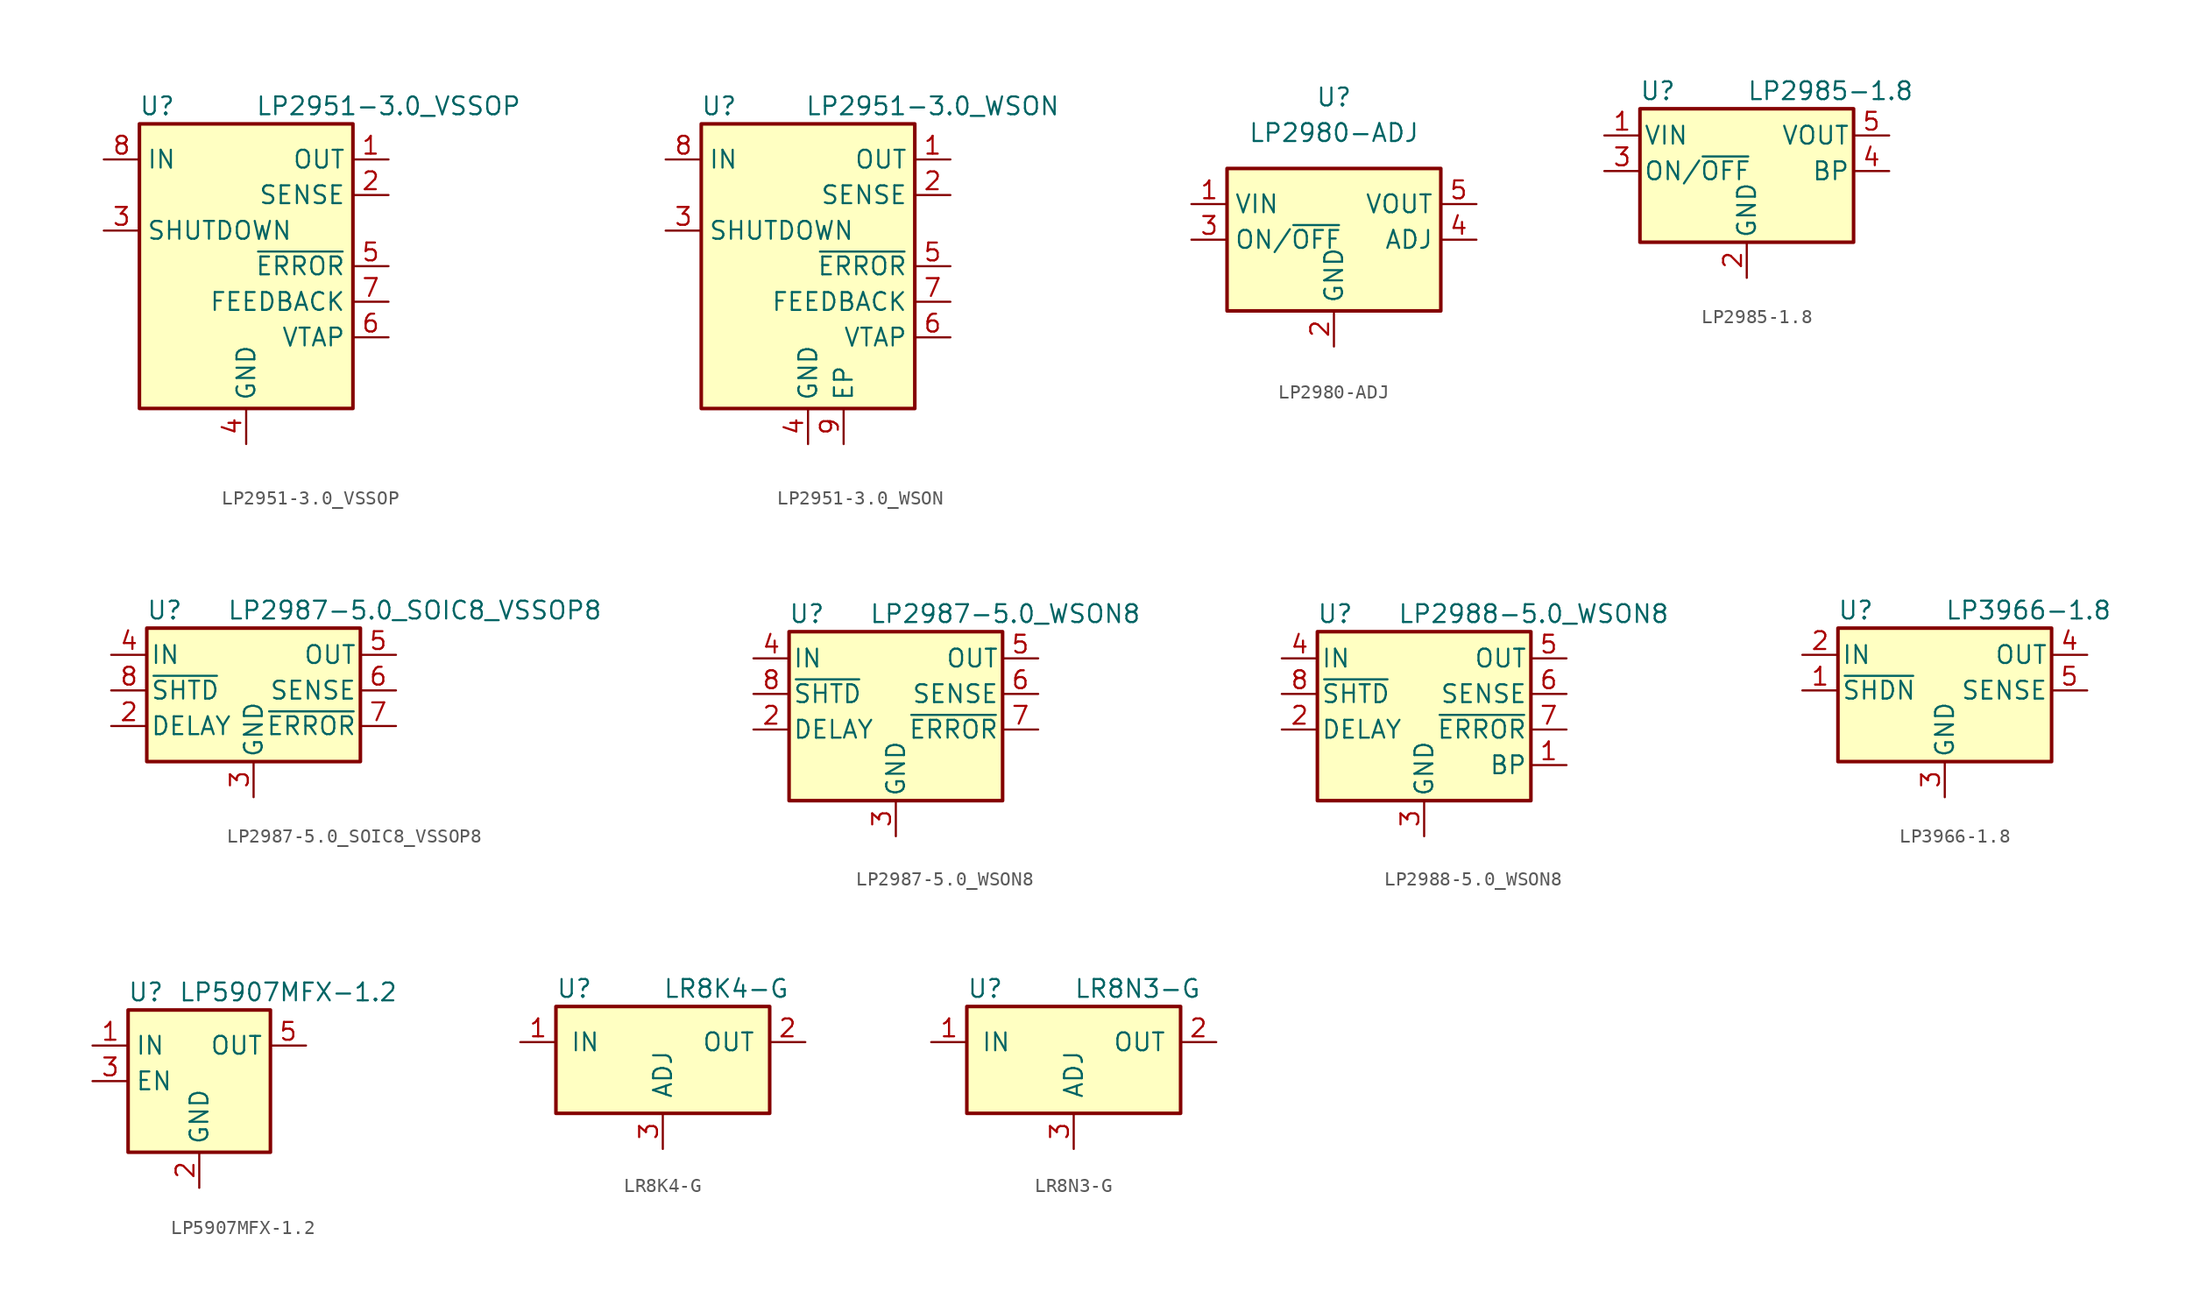
<source format=kicad_sym>
(kicad_symbol_lib
  (version 20201005)
  (generator kicad_symbol_editor)
  (symbol "LP2951-3.0_VSSOP"
    (property "Reference" "U"
      (at -6.35 11.43 0)
      (effects (font (size 1.27 1.27))))
    (property "Value" "LP2951-3.0_VSSOP"
      (at 10.16 11.43 0)
      (effects (font (size 1.27 1.27))))
    (symbol "LP2951-3.0_VSSOP_0_1"
      (rectangle (start -7.62 10.16) (end 7.62 -10.16) (stroke (width 0.254)) (fill (type background))))
    (symbol "LP2951-3.0_VSSOP_1_1"
      (pin power_out line (at 10.16 7.62 180) (length 2.54) (name "OUT" (effects (font (size 1.27 1.27)))) (number "1" (effects (font (size 1.27 1.27)))))
      (pin passive line (at 10.16 5.08 180) (length 2.54) (name "SENSE" (effects (font (size 1.27 1.27)))) (number "2" (effects (font (size 1.27 1.27)))))
      (pin input line (at -10.16 2.54 0) (length 2.54) (name "SHUTDOWN" (effects (font (size 1.27 1.27)))) (number "3" (effects (font (size 1.27 1.27)))))
      (pin power_in line (at 0 -12.7 90) (length 2.54) (name "GND" (effects (font (size 1.27 1.27)))) (number "4" (effects (font (size 1.27 1.27)))))
      (pin open_collector line (at 10.16 0 180) (length 2.54) (name "~ERROR" (effects (font (size 1.27 1.27)))) (number "5" (effects (font (size 1.27 1.27)))))
      (pin input line (at 10.16 -5.08 180) (length 2.54) (name "VTAP" (effects (font (size 1.27 1.27)))) (number "6" (effects (font (size 1.27 1.27)))))
      (pin input line (at 10.16 -2.54 180) (length 2.54) (name "FEEDBACK" (effects (font (size 1.27 1.27)))) (number "7" (effects (font (size 1.27 1.27)))))
      (pin power_in line (at -10.16 7.62 0) (length 2.54) (name "IN" (effects (font (size 1.27 1.27)))) (number "8" (effects (font (size 1.27 1.27)))))))
  (symbol "LP2951-3.0_WSON"
    (property "Reference" "U"
      (at -6.35 11.43 0)
      (effects (font (size 1.27 1.27))))
    (property "Value" "LP2951-3.0_WSON"
      (at 8.89 11.43 0)
      (effects (font (size 1.27 1.27))))
    (symbol "LP2951-3.0_WSON_0_1"
      (rectangle (start -7.62 10.16) (end 7.62 -10.16) (stroke (width 0.254)) (fill (type background))))
    (symbol "LP2951-3.0_WSON_1_1"
      (pin power_out line (at 10.16 7.62 180) (length 2.54) (name "OUT" (effects (font (size 1.27 1.27)))) (number "1" (effects (font (size 1.27 1.27)))))
      (pin passive line (at 10.16 5.08 180) (length 2.54) (name "SENSE" (effects (font (size 1.27 1.27)))) (number "2" (effects (font (size 1.27 1.27)))))
      (pin input line (at -10.16 2.54 0) (length 2.54) (name "SHUTDOWN" (effects (font (size 1.27 1.27)))) (number "3" (effects (font (size 1.27 1.27)))))
      (pin power_in line (at 0 -12.7 90) (length 2.54) (name "GND" (effects (font (size 1.27 1.27)))) (number "4" (effects (font (size 1.27 1.27)))))
      (pin open_collector line (at 10.16 0 180) (length 2.54) (name "~ERROR" (effects (font (size 1.27 1.27)))) (number "5" (effects (font (size 1.27 1.27)))))
      (pin input line (at 10.16 -5.08 180) (length 2.54) (name "VTAP" (effects (font (size 1.27 1.27)))) (number "6" (effects (font (size 1.27 1.27)))))
      (pin input line (at 10.16 -2.54 180) (length 2.54) (name "FEEDBACK" (effects (font (size 1.27 1.27)))) (number "7" (effects (font (size 1.27 1.27)))))
      (pin power_in line (at -10.16 7.62 0) (length 2.54) (name "IN" (effects (font (size 1.27 1.27)))) (number "8" (effects (font (size 1.27 1.27)))))
      (pin passive line (at 2.54 -12.7 90) (length 2.54) (name "EP" (effects (font (size 1.27 1.27)))) (number "9" (effects (font (size 1.27 1.27)))))))
  (symbol "LP2980-ADJ"
    (property "Reference" "U"
      (at 0 10.16 0)
      (effects (font (size 1.27 1.27))))
    (property "Value" "LP2980-ADJ"
      (at 0 7.62 0)
      (effects (font (size 1.27 1.27))))
    (symbol "LP2980-ADJ_0_1"
      (rectangle (start -7.62 5.08) (end 7.62 -5.08) (stroke (width 0.254)) (fill (type background))))
    (symbol "LP2980-ADJ_1_1"
      (pin power_in line (at -10.16 2.54 0) (length 2.54) (name "VIN" (effects (font (size 1.27 1.27)))) (number "1" (effects (font (size 1.27 1.27)))))
      (pin power_in line (at 0 -7.62 90) (length 2.54) (name "GND" (effects (font (size 1.27 1.27)))) (number "2" (effects (font (size 1.27 1.27)))))
      (pin input line (at -10.16 0 0) (length 2.54) (name "ON/~OFF" (effects (font (size 1.27 1.27)))) (number "3" (effects (font (size 1.27 1.27)))))
      (pin input line (at 10.16 0 180) (length 2.54) (name "ADJ" (effects (font (size 1.27 1.27)))) (number "4" (effects (font (size 1.27 1.27)))))
      (pin power_out line (at 10.16 2.54 180) (length 2.54) (name "VOUT" (effects (font (size 1.27 1.27)))) (number "5" (effects (font (size 1.27 1.27)))))))
  (symbol "LP2985-1.8"
    (pin_names
      (offset 0.254))
    (property "Reference" "U"
      (at -6.35 5.715 0)
      (effects (font (size 1.27 1.27))))
    (property "Value" "LP2985-1.8"
      (at 0 5.715 0)
      (effects (font (size 1.27 1.27)) (justify left)))
    (symbol "LP2985-1.8_0_1"
      (rectangle (start -7.62 -5.08) (end 7.62 4.445) (stroke (width 0.254)) (fill (type background))))
    (symbol "LP2985-1.8_1_1"
      (pin power_in line (at -10.16 2.54 0) (length 2.54) (name "VIN" (effects (font (size 1.27 1.27)))) (number "1" (effects (font (size 1.27 1.27)))))
      (pin power_in line (at 0 -7.62 90) (length 2.54) (name "GND" (effects (font (size 1.27 1.27)))) (number "2" (effects (font (size 1.27 1.27)))))
      (pin input line (at -10.16 0 0) (length 2.54) (name "ON/~OFF~" (effects (font (size 1.27 1.27)))) (number "3" (effects (font (size 1.27 1.27)))))
      (pin input line (at 10.16 0 180) (length 2.54) (name "BP" (effects (font (size 1.27 1.27)))) (number "4" (effects (font (size 1.27 1.27)))))
      (pin power_out line (at 10.16 2.54 180) (length 2.54) (name "VOUT" (effects (font (size 1.27 1.27)))) (number "5" (effects (font (size 1.27 1.27)))))))
  (symbol "LP2987-5.0_SOIC8_VSSOP8"
    (pin_names
      (offset 0.254))
    (property "Reference" "U"
      (at -6.35 5.715 0)
      (effects (font (size 1.27 1.27))))
    (property "Value" "LP2987-5.0_SOIC8_VSSOP8"
      (at -1.905 5.715 0)
      (effects (font (size 1.27 1.27)) (justify left)))
    (symbol "LP2987-5.0_SOIC8_VSSOP8_0_1"
      (rectangle (start -7.62 4.445) (end 7.62 -5.08) (stroke (width 0.254)) (fill (type background))))
    (symbol "LP2987-5.0_SOIC8_VSSOP8_1_1"
      (pin no_connect line (at -2.54 -7.62 90) (length 2.54) hide (name "NC" (effects (font (size 1.27 1.27)))) (number "1" (effects (font (size 1.27 1.27)))))
      (pin passive line (at -10.16 -2.54 0) (length 2.54) (name "DELAY" (effects (font (size 1.27 1.27)))) (number "2" (effects (font (size 1.27 1.27)))))
      (pin power_in line (at 0 -7.62 90) (length 2.54) (name "GND" (effects (font (size 1.27 1.27)))) (number "3" (effects (font (size 1.27 1.27)))))
      (pin power_in line (at -10.16 2.54 0) (length 2.54) (name "IN" (effects (font (size 1.27 1.27)))) (number "4" (effects (font (size 1.27 1.27)))))
      (pin power_out line (at 10.16 2.54 180) (length 2.54) (name "OUT" (effects (font (size 1.27 1.27)))) (number "5" (effects (font (size 1.27 1.27)))))
      (pin input line (at 10.16 0 180) (length 2.54) (name "SENSE" (effects (font (size 1.27 1.27)))) (number "6" (effects (font (size 1.27 1.27)))))
      (pin output line (at 10.16 -2.54 180) (length 2.54) (name "~ERROR" (effects (font (size 1.27 1.27)))) (number "7" (effects (font (size 1.27 1.27)))))
      (pin input line (at -10.16 0 0) (length 2.54) (name "~SHTD" (effects (font (size 1.27 1.27)))) (number "8" (effects (font (size 1.27 1.27)))))))
  (symbol "LP2987-5.0_WSON8"
    (pin_names
      (offset 0.254))
    (property "Reference" "U"
      (at -6.35 5.715 0)
      (effects (font (size 1.27 1.27))))
    (property "Value" "LP2987-5.0_WSON8"
      (at -1.905 5.715 0)
      (effects (font (size 1.27 1.27)) (justify left)))
    (symbol "LP2987-5.0_WSON8_0_1"
      (rectangle (start -7.62 4.445) (end 7.62 -7.62) (stroke (width 0.254)) (fill (type background))))
    (symbol "LP2987-5.0_WSON8_1_1"
      (pin no_connect line (at 2.54 -10.16 90) (length 2.54) hide (name "NC" (effects (font (size 1.27 1.27)))) (number "1" (effects (font (size 1.27 1.27)))))
      (pin passive line (at -10.16 -2.54 0) (length 2.54) (name "DELAY" (effects (font (size 1.27 1.27)))) (number "2" (effects (font (size 1.27 1.27)))))
      (pin power_in line (at 0 -10.16 90) (length 2.54) (name "GND" (effects (font (size 1.27 1.27)))) (number "3" (effects (font (size 1.27 1.27)))))
      (pin power_in line (at -10.16 2.54 0) (length 2.54) (name "IN" (effects (font (size 1.27 1.27)))) (number "4" (effects (font (size 1.27 1.27)))))
      (pin power_out line (at 10.16 2.54 180) (length 2.54) (name "OUT" (effects (font (size 1.27 1.27)))) (number "5" (effects (font (size 1.27 1.27)))))
      (pin input line (at 10.16 0 180) (length 2.54) (name "SENSE" (effects (font (size 1.27 1.27)))) (number "6" (effects (font (size 1.27 1.27)))))
      (pin output line (at 10.16 -2.54 180) (length 2.54) (name "~ERROR" (effects (font (size 1.27 1.27)))) (number "7" (effects (font (size 1.27 1.27)))))
      (pin input line (at -10.16 0 0) (length 2.54) (name "~SHTD" (effects (font (size 1.27 1.27)))) (number "8" (effects (font (size 1.27 1.27)))))
      (pin passive line (at 0 -10.16 90) (length 2.54) hide (name "GND" (effects (font (size 1.27 1.27)))) (number "9" (effects (font (size 1.27 1.27)))))))
  (symbol "LP2988-5.0_WSON8"
    (pin_names
      (offset 0.254))
    (property "Reference" "U"
      (at -6.35 5.715 0)
      (effects (font (size 1.27 1.27))))
    (property "Value" "LP2988-5.0_WSON8"
      (at -1.905 5.715 0)
      (effects (font (size 1.27 1.27)) (justify left)))
    (symbol "LP2988-5.0_WSON8_0_1"
      (rectangle (start -7.62 4.445) (end 7.62 -7.62) (stroke (width 0.254)) (fill (type background))))
    (symbol "LP2988-5.0_WSON8_1_1"
      (pin passive line (at 10.16 -5.08 180) (length 2.54) (name "BP" (effects (font (size 1.27 1.27)))) (number "1" (effects (font (size 1.27 1.27)))))
      (pin passive line (at -10.16 -2.54 0) (length 2.54) (name "DELAY" (effects (font (size 1.27 1.27)))) (number "2" (effects (font (size 1.27 1.27)))))
      (pin power_in line (at 0 -10.16 90) (length 2.54) (name "GND" (effects (font (size 1.27 1.27)))) (number "3" (effects (font (size 1.27 1.27)))))
      (pin power_in line (at -10.16 2.54 0) (length 2.54) (name "IN" (effects (font (size 1.27 1.27)))) (number "4" (effects (font (size 1.27 1.27)))))
      (pin power_out line (at 10.16 2.54 180) (length 2.54) (name "OUT" (effects (font (size 1.27 1.27)))) (number "5" (effects (font (size 1.27 1.27)))))
      (pin input line (at 10.16 0 180) (length 2.54) (name "SENSE" (effects (font (size 1.27 1.27)))) (number "6" (effects (font (size 1.27 1.27)))))
      (pin output line (at 10.16 -2.54 180) (length 2.54) (name "~ERROR" (effects (font (size 1.27 1.27)))) (number "7" (effects (font (size 1.27 1.27)))))
      (pin input line (at -10.16 0 0) (length 2.54) (name "~SHTD" (effects (font (size 1.27 1.27)))) (number "8" (effects (font (size 1.27 1.27)))))
      (pin passive line (at 0 -10.16 90) (length 2.54) hide (name "GND" (effects (font (size 1.27 1.27)))) (number "9" (effects (font (size 1.27 1.27)))))))
  (symbol "LP3966-1.8"
    (pin_names
      (offset 0.254))
    (property "Reference" "U"
      (at -6.35 5.715 0)
      (effects (font (size 1.27 1.27))))
    (property "Value" "LP3966-1.8"
      (at 0 5.715 0)
      (effects (font (size 1.27 1.27)) (justify left)))
    (symbol "LP3966-1.8_0_1"
      (rectangle (start -7.62 -5.08) (end 7.62 4.445) (stroke (width 0.254)) (fill (type background))))
    (symbol "LP3966-1.8_1_1"
      (pin input line (at -10.16 0 0) (length 2.54) (name "~SHDN" (effects (font (size 1.27 1.27)))) (number "1" (effects (font (size 1.27 1.27)))))
      (pin power_in line (at -10.16 2.54 0) (length 2.54) (name "IN" (effects (font (size 1.27 1.27)))) (number "2" (effects (font (size 1.27 1.27)))))
      (pin power_in line (at 0 -7.62 90) (length 2.54) (name "GND" (effects (font (size 1.27 1.27)))) (number "3" (effects (font (size 1.27 1.27)))))
      (pin power_out line (at 10.16 2.54 180) (length 2.54) (name "OUT" (effects (font (size 1.27 1.27)))) (number "4" (effects (font (size 1.27 1.27)))))
      (pin input line (at 10.16 0 180) (length 2.54) (name "SENSE" (effects (font (size 1.27 1.27)))) (number "5" (effects (font (size 1.27 1.27)))))))
  (symbol "LP5907MFX-1.2"
    (property "Reference" "U"
      (at -3.81 6.35 0)
      (effects (font (size 1.27 1.27))))
    (property "Value" "LP5907MFX-1.2"
      (at 6.35 6.35 0)
      (effects (font (size 1.27 1.27))))
    (symbol "LP5907MFX-1.2_0_1"
      (rectangle (start -5.08 -5.08) (end 5.08 5.08) (stroke (width 0.254)) (fill (type background)))
      (pin power_in line (at -7.62 2.54 0) (length 2.54) (name "IN" (effects (font (size 1.27 1.27)))) (number "1" (effects (font (size 1.27 1.27)))))
      (pin power_in line (at 0 -7.62 90) (length 2.54) (name "GND" (effects (font (size 1.27 1.27)))) (number "2" (effects (font (size 1.27 1.27)))))
      (pin input line (at -7.62 0 0) (length 2.54) (name "EN" (effects (font (size 1.27 1.27)))) (number "3" (effects (font (size 1.27 1.27)))))
      (pin no_connect line (at 5.08 0 180) (length 2.54) hide (name "NC" (effects (font (size 1.27 1.27)))) (number "4" (effects (font (size 1.27 1.27)))))
      (pin power_out line (at 7.62 2.54 180) (length 2.54) (name "OUT" (effects (font (size 1.27 1.27)))) (number "5" (effects (font (size 1.27 1.27)))))))
  (symbol "LR8K4-G"
    (pin_names
      (offset 1.016))
    (property "Reference" "U"
      (at -7.62 3.81 0)
      (effects (font (size 1.27 1.27)) (justify left)))
    (property "Value" "LR8K4-G"
      (at 0 3.81 0)
      (effects (font (size 1.27 1.27)) (justify left)))
    (symbol "LR8K4-G_0_1"
      (rectangle (start -7.62 2.54) (end 7.62 -5.08) (stroke (width 0.254)) (fill (type background))))
    (symbol "LR8K4-G_1_1"
      (pin input line (at -10.16 0 0) (length 2.54) (name "IN" (effects (font (size 1.27 1.27)))) (number "1" (effects (font (size 1.27 1.27)))))
      (pin power_out line (at 10.16 0 180) (length 2.54) (name "OUT" (effects (font (size 1.27 1.27)))) (number "2" (effects (font (size 1.27 1.27)))))
      (pin input line (at 0 -7.62 90) (length 2.54) (name "ADJ" (effects (font (size 1.27 1.27)))) (number "3" (effects (font (size 1.27 1.27)))))))
  (symbol "LR8N3-G"
    (pin_names
      (offset 1.016))
    (property "Reference" "U"
      (at -7.62 3.81 0)
      (effects (font (size 1.27 1.27)) (justify left)))
    (property "Value" "LR8N3-G"
      (at 0 3.81 0)
      (effects (font (size 1.27 1.27)) (justify left)))
    (symbol "LR8N3-G_0_1"
      (rectangle (start -7.62 2.54) (end 7.62 -5.08) (stroke (width 0.254)) (fill (type background))))
    (symbol "LR8N3-G_1_1"
      (pin input line (at -10.16 0 0) (length 2.54) (name "IN" (effects (font (size 1.27 1.27)))) (number "1" (effects (font (size 1.27 1.27)))))
      (pin power_out line (at 10.16 0 180) (length 2.54) (name "OUT" (effects (font (size 1.27 1.27)))) (number "2" (effects (font (size 1.27 1.27)))))
      (pin input line (at 0 -7.62 90) (length 2.54) (name "ADJ" (effects (font (size 1.27 1.27)))) (number "3" (effects (font (size 1.27 1.27))))))))
</source>
